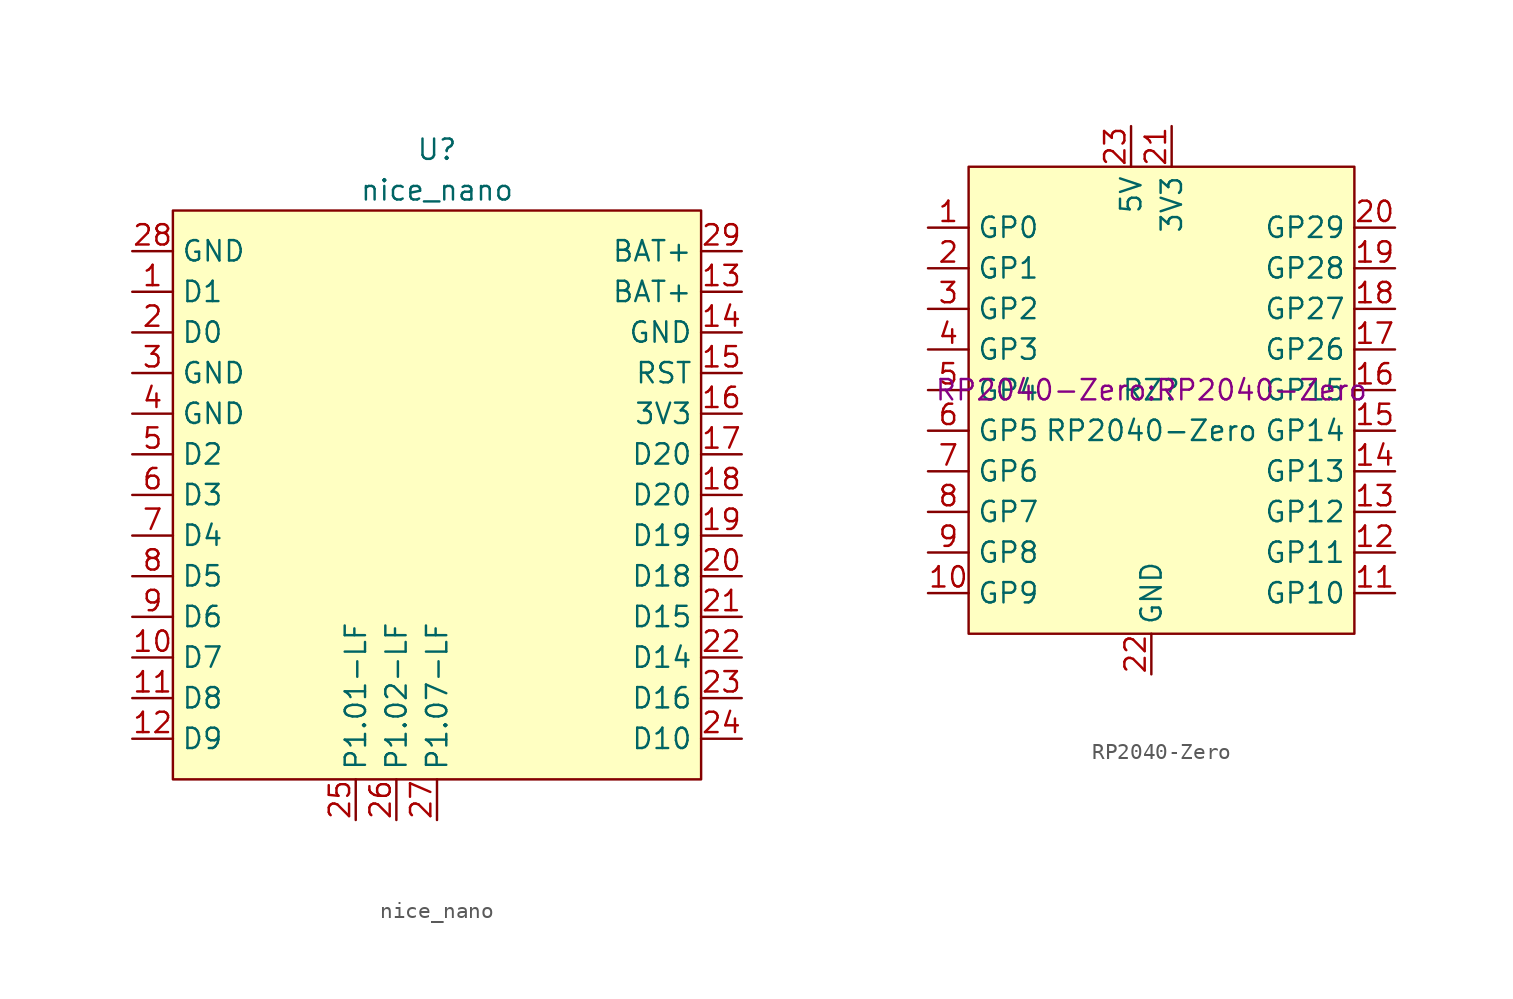
<source format=kicad_sym>
(kicad_symbol_lib
  (version 20231120)
  (generator "kicad_symbol_editor")
  (generator_version "8.0")
  (symbol "nice_nano"
    (property "Reference" "U"
      (at 0 22.86 0)
      (effects (font (size 1.27 1.27))))
    (property "Value" "nice_nano"
      (at 0 20.32 0)
      (effects (font (size 1.27 1.27))))
    (symbol "nice_nano_0_0"
      (pin power_out line (at 19.05 11.43 180) (length 2.54) (name "GND" (effects (font (size 1.27 1.27)))) (number "14" (effects (font (size 1.27 1.27)))))
      (pin bidirectional line (at 19.05 8.89 180) (length 2.54) (name "RST" (effects (font (size 1.27 1.27)))) (number "15" (effects (font (size 1.27 1.27)))))
      (pin power_out line (at -19.05 8.89 0) (length 2.54) (name "GND" (effects (font (size 1.27 1.27)))) (number "3" (effects (font (size 1.27 1.27)))))
      (pin power_out line (at -19.05 6.35 0) (length 2.54) (name "GND" (effects (font (size 1.27 1.27)))) (number "4" (effects (font (size 1.27 1.27))))))
    (symbol "nice_nano_1_0"
      (pin bidirectional line (at -19.05 13.97 0) (length 2.54) (name "D1" (effects (font (size 1.27 1.27)))) (number "1" (effects (font (size 1.27 1.27)))))
      (pin bidirectional line (at -19.05 -8.89 0) (length 2.54) (name "D7" (effects (font (size 1.27 1.27)))) (number "10" (effects (font (size 1.27 1.27)))))
      (pin bidirectional line (at -19.05 -11.43 0) (length 2.54) (name "D8" (effects (font (size 1.27 1.27)))) (number "11" (effects (font (size 1.27 1.27)))))
      (pin bidirectional line (at -19.05 -13.97 0) (length 2.54) (name "D9" (effects (font (size 1.27 1.27)))) (number "12" (effects (font (size 1.27 1.27)))))
      (pin power_out line (at 19.05 13.97 180) (length 2.54) (name "BAT+" (effects (font (size 1.27 1.27)))) (number "13" (effects (font (size 1.27 1.27)))))
      (pin power_out line (at 19.05 6.35 180) (length 2.54) (name "3V3" (effects (font (size 1.27 1.27)))) (number "16" (effects (font (size 1.27 1.27)))))
      (pin bidirectional line (at 19.05 3.81 180) (length 2.54) (name "D20" (effects (font (size 1.27 1.27)))) (number "17" (effects (font (size 1.27 1.27)))))
      (pin bidirectional line (at 19.05 1.27 180) (length 2.54) (name "D20" (effects (font (size 1.27 1.27)))) (number "18" (effects (font (size 1.27 1.27)))))
      (pin bidirectional line (at 19.05 -1.27 180) (length 2.54) (name "D19" (effects (font (size 1.27 1.27)))) (number "19" (effects (font (size 1.27 1.27)))))
      (pin bidirectional line (at -19.05 11.43 0) (length 2.54) (name "D0" (effects (font (size 1.27 1.27)))) (number "2" (effects (font (size 1.27 1.27)))))
      (pin bidirectional line (at 19.05 -3.81 180) (length 2.54) (name "D18" (effects (font (size 1.27 1.27)))) (number "20" (effects (font (size 1.27 1.27)))))
      (pin bidirectional line (at 19.05 -6.35 180) (length 2.54) (name "D15" (effects (font (size 1.27 1.27)))) (number "21" (effects (font (size 1.27 1.27)))))
      (pin bidirectional line (at 19.05 -8.89 180) (length 2.54) (name "D14" (effects (font (size 1.27 1.27)))) (number "22" (effects (font (size 1.27 1.27)))))
      (pin bidirectional line (at 19.05 -11.43 180) (length 2.54) (name "D16" (effects (font (size 1.27 1.27)))) (number "23" (effects (font (size 1.27 1.27)))))
      (pin bidirectional line (at 19.05 -13.97 180) (length 2.54) (name "D10" (effects (font (size 1.27 1.27)))) (number "24" (effects (font (size 1.27 1.27)))))
      (pin bidirectional line (at -5.08 -19.05 90) (length 2.54) (name "P1.01-LF" (effects (font (size 1.27 1.27)))) (number "25" (effects (font (size 1.27 1.27)))))
      (pin bidirectional line (at -2.54 -19.05 90) (length 2.54) (name "P1.02-LF" (effects (font (size 1.27 1.27)))) (number "26" (effects (font (size 1.27 1.27)))))
      (pin bidirectional line (at 0 -19.05 90) (length 2.54) (name "P1.07-LF" (effects (font (size 1.27 1.27)))) (number "27" (effects (font (size 1.27 1.27)))))
      (pin power_out line (at -19.05 16.51 0) (length 2.54) (name "GND" (effects (font (size 1.27 1.27)))) (number "28" (effects (font (size 1.27 1.27)))))
      (pin power_out line (at 19.05 16.51 180) (length 2.54) (name "BAT+" (effects (font (size 1.27 1.27)))) (number "29" (effects (font (size 1.27 1.27)))))
      (pin bidirectional line (at -19.05 3.81 0) (length 2.54) (name "D2" (effects (font (size 1.27 1.27)))) (number "5" (effects (font (size 1.27 1.27)))))
      (pin bidirectional line (at -19.05 1.27 0) (length 2.54) (name "D3" (effects (font (size 1.27 1.27)))) (number "6" (effects (font (size 1.27 1.27)))))
      (pin bidirectional line (at -19.05 -1.27 0) (length 2.54) (name "D4" (effects (font (size 1.27 1.27)))) (number "7" (effects (font (size 1.27 1.27)))))
      (pin bidirectional line (at -19.05 -3.81 0) (length 2.54) (name "D5" (effects (font (size 1.27 1.27)))) (number "8" (effects (font (size 1.27 1.27)))))
      (pin bidirectional line (at -19.05 -6.35 0) (length 2.54) (name "D6" (effects (font (size 1.27 1.27)))) (number "9" (effects (font (size 1.27 1.27))))))
    (symbol "nice_nano_1_1"
      (rectangle (start -16.51 19.05) (end 16.51 -16.51) (stroke (width 0) (type default)) (fill (type background)))))
  (symbol "RP2040-Zero"
    (property "Reference" "RZ"
      (at 0 0 0)
      (effects (font (size 1.27 1.27))))
    (property "Value" "RP2040-Zero"
      (at 0 -2.54 0)
      (effects (font (size 1.27 1.27))))
    (property "Footprint" "RP2040-Zero:RP2040-Zero"
      (at 0 0 0)
      (effects (font (size 1.27 1.27))))
    (symbol "RP2040-Zero_0_1"
      (rectangle (start -11.43 13.97) (end 12.7 -15.24) (stroke (width 0) (type default)) (fill (type background))))
    (symbol "RP2040-Zero_1_1"
      (pin bidirectional line (at -13.97 10.16 0) (length 2.54) (name "GP0" (effects (font (size 1.27 1.27)))) (number "1" (effects (font (size 1.27 1.27)))))
      (pin bidirectional line (at -13.97 -12.7 0) (length 2.54) (name "GP9" (effects (font (size 1.27 1.27)))) (number "10" (effects (font (size 1.27 1.27)))))
      (pin bidirectional line (at 15.24 -12.7 180) (length 2.54) (name "GP10" (effects (font (size 1.27 1.27)))) (number "11" (effects (font (size 1.27 1.27)))))
      (pin bidirectional line (at 15.24 -10.16 180) (length 2.54) (name "GP11" (effects (font (size 1.27 1.27)))) (number "12" (effects (font (size 1.27 1.27)))))
      (pin bidirectional line (at 15.24 -7.62 180) (length 2.54) (name "GP12" (effects (font (size 1.27 1.27)))) (number "13" (effects (font (size 1.27 1.27)))))
      (pin bidirectional line (at 15.24 -5.08 180) (length 2.54) (name "GP13" (effects (font (size 1.27 1.27)))) (number "14" (effects (font (size 1.27 1.27)))))
      (pin bidirectional line (at 15.24 -2.54 180) (length 2.54) (name "GP14" (effects (font (size 1.27 1.27)))) (number "15" (effects (font (size 1.27 1.27)))))
      (pin bidirectional line (at 15.24 0 180) (length 2.54) (name "GP15" (effects (font (size 1.27 1.27)))) (number "16" (effects (font (size 1.27 1.27)))))
      (pin bidirectional line (at 15.24 2.54 180) (length 2.54) (name "GP26" (effects (font (size 1.27 1.27)))) (number "17" (effects (font (size 1.27 1.27)))))
      (pin bidirectional line (at 15.24 5.08 180) (length 2.54) (name "GP27" (effects (font (size 1.27 1.27)))) (number "18" (effects (font (size 1.27 1.27)))))
      (pin bidirectional line (at 15.24 7.62 180) (length 2.54) (name "GP28" (effects (font (size 1.27 1.27)))) (number "19" (effects (font (size 1.27 1.27)))))
      (pin bidirectional line (at -13.97 7.62 0) (length 2.54) (name "GP1" (effects (font (size 1.27 1.27)))) (number "2" (effects (font (size 1.27 1.27)))))
      (pin bidirectional line (at 15.24 10.16 180) (length 2.54) (name "GP29" (effects (font (size 1.27 1.27)))) (number "20" (effects (font (size 1.27 1.27)))))
      (pin power_in line (at 1.27 16.51 270) (length 2.54) (name "3V3" (effects (font (size 1.27 1.27)))) (number "21" (effects (font (size 1.27 1.27)))))
      (pin power_in line (at 0 -17.78 90) (length 2.54) (name "GND" (effects (font (size 1.27 1.27)))) (number "22" (effects (font (size 1.27 1.27)))))
      (pin power_in line (at -1.27 16.51 270) (length 2.54) (name "5V" (effects (font (size 1.27 1.27)))) (number "23" (effects (font (size 1.27 1.27)))))
      (pin bidirectional line (at -13.97 5.08 0) (length 2.54) (name "GP2" (effects (font (size 1.27 1.27)))) (number "3" (effects (font (size 1.27 1.27)))))
      (pin bidirectional line (at -13.97 2.54 0) (length 2.54) (name "GP3" (effects (font (size 1.27 1.27)))) (number "4" (effects (font (size 1.27 1.27)))))
      (pin bidirectional line (at -13.97 0 0) (length 2.54) (name "GP4" (effects (font (size 1.27 1.27)))) (number "5" (effects (font (size 1.27 1.27)))))
      (pin bidirectional line (at -13.97 -2.54 0) (length 2.54) (name "GP5" (effects (font (size 1.27 1.27)))) (number "6" (effects (font (size 1.27 1.27)))))
      (pin bidirectional line (at -13.97 -5.08 0) (length 2.54) (name "GP6" (effects (font (size 1.27 1.27)))) (number "7" (effects (font (size 1.27 1.27)))))
      (pin bidirectional line (at -13.97 -7.62 0) (length 2.54) (name "GP7" (effects (font (size 1.27 1.27)))) (number "8" (effects (font (size 1.27 1.27)))))
      (pin bidirectional line (at -13.97 -10.16 0) (length 2.54) (name "GP8" (effects (font (size 1.27 1.27)))) (number "9" (effects (font (size 1.27 1.27))))))))
</source>
